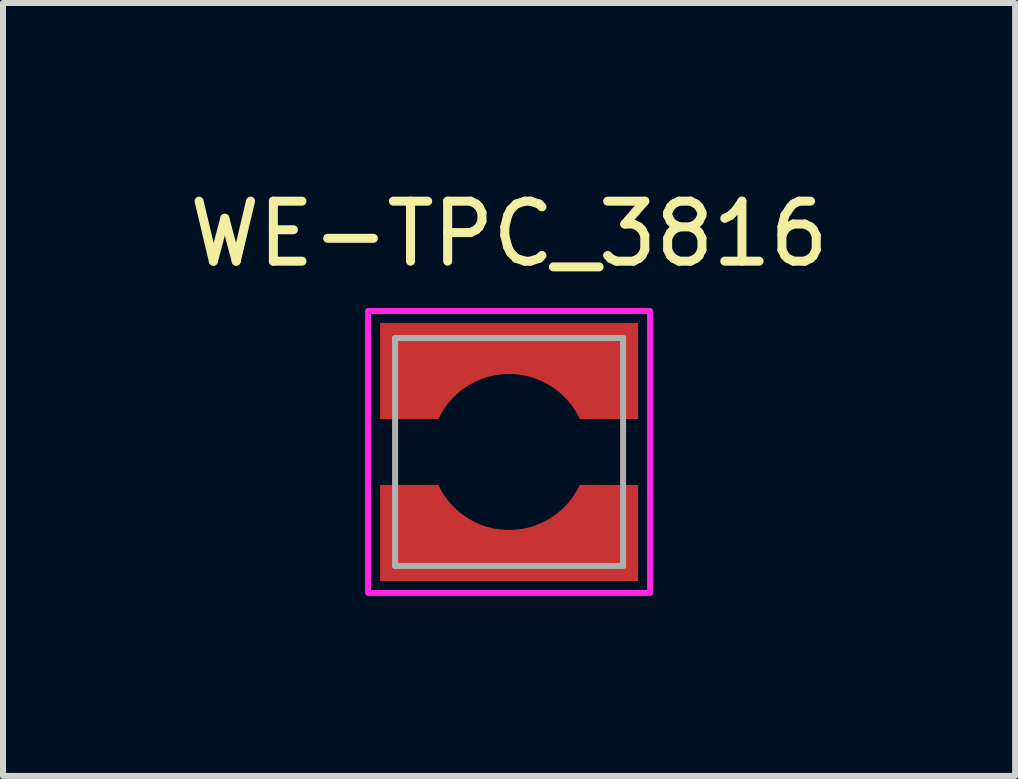
<source format=kicad_pcb>
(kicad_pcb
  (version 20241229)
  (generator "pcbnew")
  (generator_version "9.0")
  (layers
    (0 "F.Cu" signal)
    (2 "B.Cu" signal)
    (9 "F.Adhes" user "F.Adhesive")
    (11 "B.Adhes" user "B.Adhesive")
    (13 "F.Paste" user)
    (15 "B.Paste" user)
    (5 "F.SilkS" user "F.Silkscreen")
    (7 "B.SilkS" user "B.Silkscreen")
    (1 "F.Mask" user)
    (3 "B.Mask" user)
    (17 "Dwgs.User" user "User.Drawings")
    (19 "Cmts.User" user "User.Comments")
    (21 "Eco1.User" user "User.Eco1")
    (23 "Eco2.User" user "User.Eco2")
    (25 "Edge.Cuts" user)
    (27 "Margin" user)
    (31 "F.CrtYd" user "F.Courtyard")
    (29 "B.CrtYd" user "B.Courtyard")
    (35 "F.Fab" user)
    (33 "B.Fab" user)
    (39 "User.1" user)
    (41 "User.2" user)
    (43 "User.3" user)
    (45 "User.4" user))
  (footprint "WE-TPC_3816"
    (layer "F.Cu")
    (at 5.435 4.483)
    (property "Reference" "WE-TPC_3816" (at 0 -3.635 0) (layer "F.SilkS") (effects (font (size 1 1) (thickness 0.15))))
    (attr smd)
    (fp_poly (pts (xy -2.25 2.25) (xy -2.25 0.45) (xy -1.116 0.45) (xy -1.032 0.618) (xy -0.978 0.696) (xy -0.916 0.775) (xy -0.864 0.833) (xy -0.819 0.875) (xy -0.75 0.939) (xy -0.685 0.988) (xy -0.606 1.038) (xy -0.5 1.093) (xy -0.414 1.128) (xy -0.312 1.161) (xy -0.188 1.187) (xy -0.082 1.198) (xy 0.024 1.201) (xy 0.102 1.195) (xy 0.189 1.187) (xy 0.262 1.172) (xy 0.307 1.161) (xy 0.346 1.15) (xy 0.415 1.127) (xy 0.481 1.101) (xy 0.561 1.062) (xy 0.619 1.03) (xy 0.694 0.981) (xy 0.794 0.901) (xy 0.838 0.86) (xy 0.882 0.815) (xy 0.93 0.76) (xy 0.974 0.702) (xy 1.019 0.634) (xy 1.056 0.572) (xy 1.079 0.527) (xy 1.101 0.476) (xy 1.115 0.45) (xy 2.25 0.45) (xy 2.25 2.25)) (stroke (width 0.001) (type solid)) (fill yes) (layer "F.Mask"))
    (fp_poly (pts (xy 2.25 -2.25) (xy 2.25 -0.45) (xy 1.116 -0.45) (xy 1.032 -0.618) (xy 0.978 -0.696) (xy 0.916 -0.775) (xy 0.864 -0.833) (xy 0.819 -0.875) (xy 0.75 -0.939) (xy 0.685 -0.988) (xy 0.606 -1.038) (xy 0.5 -1.093) (xy 0.414 -1.128) (xy 0.312 -1.161) (xy 0.188 -1.187) (xy 0.082 -1.198) (xy -0.024 -1.201) (xy -0.102 -1.195) (xy -0.189 -1.187) (xy -0.262 -1.172) (xy -0.307 -1.161) (xy -0.346 -1.15) (xy -0.415 -1.127) (xy -0.481 -1.101) (xy -0.561 -1.062) (xy -0.619 -1.03) (xy -0.694 -0.981) (xy -0.794 -0.901) (xy -0.838 -0.86) (xy -0.882 -0.815) (xy -0.93 -0.76) (xy -0.974 -0.702) (xy -1.019 -0.634) (xy -1.056 -0.572) (xy -1.079 -0.527) (xy -1.101 -0.476) (xy -1.115 -0.45) (xy -2.25 -0.45) (xy -2.25 -2.25)) (stroke (width 0.001) (type solid)) (fill yes) (layer "F.Mask"))
    (fp_poly (pts (xy -2.15 2.15) (xy -2.15 0.55) (xy -1.18 0.55) (xy -1.139 0.627) (xy -1.121 0.661) (xy -1.095 0.702) (xy -1.064 0.748) (xy -1.036 0.787) (xy -1.002 0.828) (xy -0.976 0.86) (xy -0.949 0.889) (xy -0.915 0.923) (xy -0.879 0.958) (xy -0.852 0.982) (xy -0.826 1.005) (xy -0.792 1.031) (xy -0.755 1.058) (xy -0.725 1.079) (xy -0.698 1.097) (xy -0.646 1.13) (xy -0.597 1.155) (xy -0.533 1.187) (xy -0.473 1.212) (xy -0.447 1.221) (xy -0.409 1.235) (xy -0.368 1.248) (xy -0.324 1.26) (xy -0.281 1.271) (xy -0.249 1.276) (xy -0.207 1.283) (xy -0.161 1.291) (xy -0.117 1.295) (xy -0.073 1.298) (xy -0.023 1.3) (xy 0.039 1.3) (xy 0.08 1.298) (xy 0.135 1.293) (xy 0.193 1.286) (xy 0.25 1.276) (xy 0.294 1.266) (xy 0.34 1.256) (xy 0.393 1.24) (xy 0.437 1.225) (xy 0.481 1.207) (xy 0.541 1.184) (xy 0.591 1.158) (xy 0.639 1.133) (xy 0.708 1.09) (xy 0.78 1.041) (xy 0.86 0.976) (xy 0.942 0.898) (xy 1.014 0.815) (xy 1.07 0.74) (xy 1.131 0.643) (xy 1.18 0.55) (xy 2.15 0.55) (xy 2.15 2.15)) (stroke (width 0.001) (type solid)) (fill yes) (layer "F.Paste"))
    (fp_poly (pts (xy 2.15 -2.15) (xy 2.15 -0.55) (xy 1.18 -0.55) (xy 1.139 -0.627) (xy 1.121 -0.661) (xy 1.095 -0.702) (xy 1.064 -0.748) (xy 1.036 -0.787) (xy 1.002 -0.828) (xy 0.976 -0.86) (xy 0.949 -0.889) (xy 0.915 -0.923) (xy 0.879 -0.958) (xy 0.852 -0.982) (xy 0.826 -1.005) (xy 0.792 -1.031) (xy 0.755 -1.058) (xy 0.725 -1.079) (xy 0.698 -1.097) (xy 0.646 -1.13) (xy 0.597 -1.155) (xy 0.533 -1.187) (xy 0.473 -1.212) (xy 0.447 -1.221) (xy 0.409 -1.235) (xy 0.368 -1.248) (xy 0.324 -1.26) (xy 0.281 -1.271) (xy 0.249 -1.276) (xy 0.207 -1.283) (xy 0.161 -1.291) (xy 0.117 -1.295) (xy 0.073 -1.298) (xy 0.023 -1.3) (xy -0.039 -1.3) (xy -0.08 -1.298) (xy -0.135 -1.293) (xy -0.193 -1.286) (xy -0.25 -1.276) (xy -0.294 -1.266) (xy -0.34 -1.256) (xy -0.393 -1.24) (xy -0.437 -1.225) (xy -0.481 -1.207) (xy -0.541 -1.184) (xy -0.591 -1.158) (xy -0.639 -1.133) (xy -0.708 -1.09) (xy -0.78 -1.041) (xy -0.86 -0.976) (xy -0.942 -0.898) (xy -1.014 -0.815) (xy -1.07 -0.74) (xy -1.131 -0.643) (xy -1.18 -0.55) (xy -2.15 -0.55) (xy -2.15 -2.15)) (stroke (width 0.001) (type solid)) (fill yes) (layer "F.Paste"))
    (fp_poly (pts (xy 2.35 -2.35) (xy 2.35 2.35) (xy -2.35 2.35) (xy -2.35 -2.35)) (stroke (width 0.1) (type solid)) (fill no) (layer "F.CrtYd"))
    (fp_line (start -1.9 -1.9) (end 1.9 -1.9) (stroke (width 0.1) (type solid)) (layer "F.Fab"))
    (fp_line (start -1.9 1.9) (end -1.9 -1.9) (stroke (width 0.1) (type solid)) (layer "F.Fab"))
    (fp_line (start 1.9 -1.9) (end 1.9 1.9) (stroke (width 0.1) (type solid)) (layer "F.Fab"))
    (fp_line (start 1.9 1.9) (end -1.9 1.9) (stroke (width 0.1) (type solid)) (layer "F.Fab"))
    (pad "1" smd custom (at 0 -1.8) (size 4.3 0.6) (layers "F.Cu") (options (anchor rect)) (primitives (gr_poly (pts (xy 2.15 -0.35) (xy 2.15 1.25) (xy 1.18 1.25) (xy 1.139 1.173) (xy 1.121 1.139) (xy 1.095 1.098) (xy 1.064 1.052) (xy 1.036 1.013) (xy 1.002 0.972) (xy 0.976 0.94) (xy 0.949 0.911) (xy 0.915 0.877) (xy 0.879 0.842) (xy 0.852 0.818) (xy 0.826 0.795) (xy 0.792 0.769) (xy 0.755 0.742) (xy 0.725 0.721) (xy 0.698 0.703) (xy 0.646 0.67) (xy 0.597 0.645) (xy 0.533 0.613) (xy 0.473 0.588) (xy 0.447 0.579) (xy 0.409 0.565) (xy 0.368 0.552) (xy 0.324 0.54) (xy 0.281 0.529) (xy 0.249 0.524) (xy 0.207 0.517) (xy 0.161 0.509) (xy 0.117 0.505) (xy 0.073 0.502) (xy 0.023 0.5) (xy -0.039 0.5) (xy -0.08 0.502) (xy -0.135 0.507) (xy -0.193 0.514) (xy -0.25 0.524) (xy -0.294 0.534) (xy -0.34 0.544) (xy -0.393 0.56) (xy -0.437 0.575) (xy -0.481 0.593) (xy -0.541 0.616) (xy -0.591 0.642) (xy -0.639 0.667) (xy -0.708 0.71) (xy -0.78 0.759) (xy -0.86 0.824) (xy -0.942 0.902) (xy -1.014 0.985) (xy -1.07 1.06) (xy -1.131 1.157) (xy -1.18 1.25) (xy -2.15 1.25) (xy -2.15 -0.35)) (width 0.001) (fill yes))))
    (pad "2" smd custom (at 0 1.8) (size 4.3 0.6) (layers "F.Cu") (options (anchor rect)) (primitives (gr_poly (pts (xy -2.15 0.35) (xy -2.15 -1.25) (xy -1.18 -1.25) (xy -1.139 -1.173) (xy -1.121 -1.139) (xy -1.095 -1.098) (xy -1.064 -1.052) (xy -1.036 -1.013) (xy -1.002 -0.972) (xy -0.976 -0.94) (xy -0.949 -0.911) (xy -0.915 -0.877) (xy -0.879 -0.842) (xy -0.852 -0.818) (xy -0.826 -0.795) (xy -0.792 -0.769) (xy -0.755 -0.742) (xy -0.725 -0.721) (xy -0.698 -0.703) (xy -0.646 -0.67) (xy -0.597 -0.645) (xy -0.533 -0.613) (xy -0.473 -0.588) (xy -0.447 -0.579) (xy -0.409 -0.565) (xy -0.368 -0.552) (xy -0.324 -0.54) (xy -0.281 -0.529) (xy -0.249 -0.524) (xy -0.207 -0.517) (xy -0.161 -0.509) (xy -0.117 -0.505) (xy -0.073 -0.502) (xy -0.023 -0.5) (xy 0.039 -0.5) (xy 0.08 -0.502) (xy 0.135 -0.507) (xy 0.193 -0.514) (xy 0.25 -0.524) (xy 0.294 -0.534) (xy 0.34 -0.544) (xy 0.393 -0.56) (xy 0.437 -0.575) (xy 0.481 -0.593) (xy 0.541 -0.616) (xy 0.591 -0.642) (xy 0.639 -0.667) (xy 0.708 -0.71) (xy 0.78 -0.759) (xy 0.86 -0.824) (xy 0.942 -0.902) (xy 1.014 -0.985) (xy 1.07 -1.06) (xy 1.131 -1.157) (xy 1.18 -1.25) (xy 2.15 -1.25) (xy 2.15 0.35)) (width 0.001) (fill yes)))))
  (gr_rect
    (start -3 -3)
    (end 13.869 9.883)
    (stroke (width 0.1) (type default))
    (fill no)
    (layer "Edge.Cuts")))
</source>
